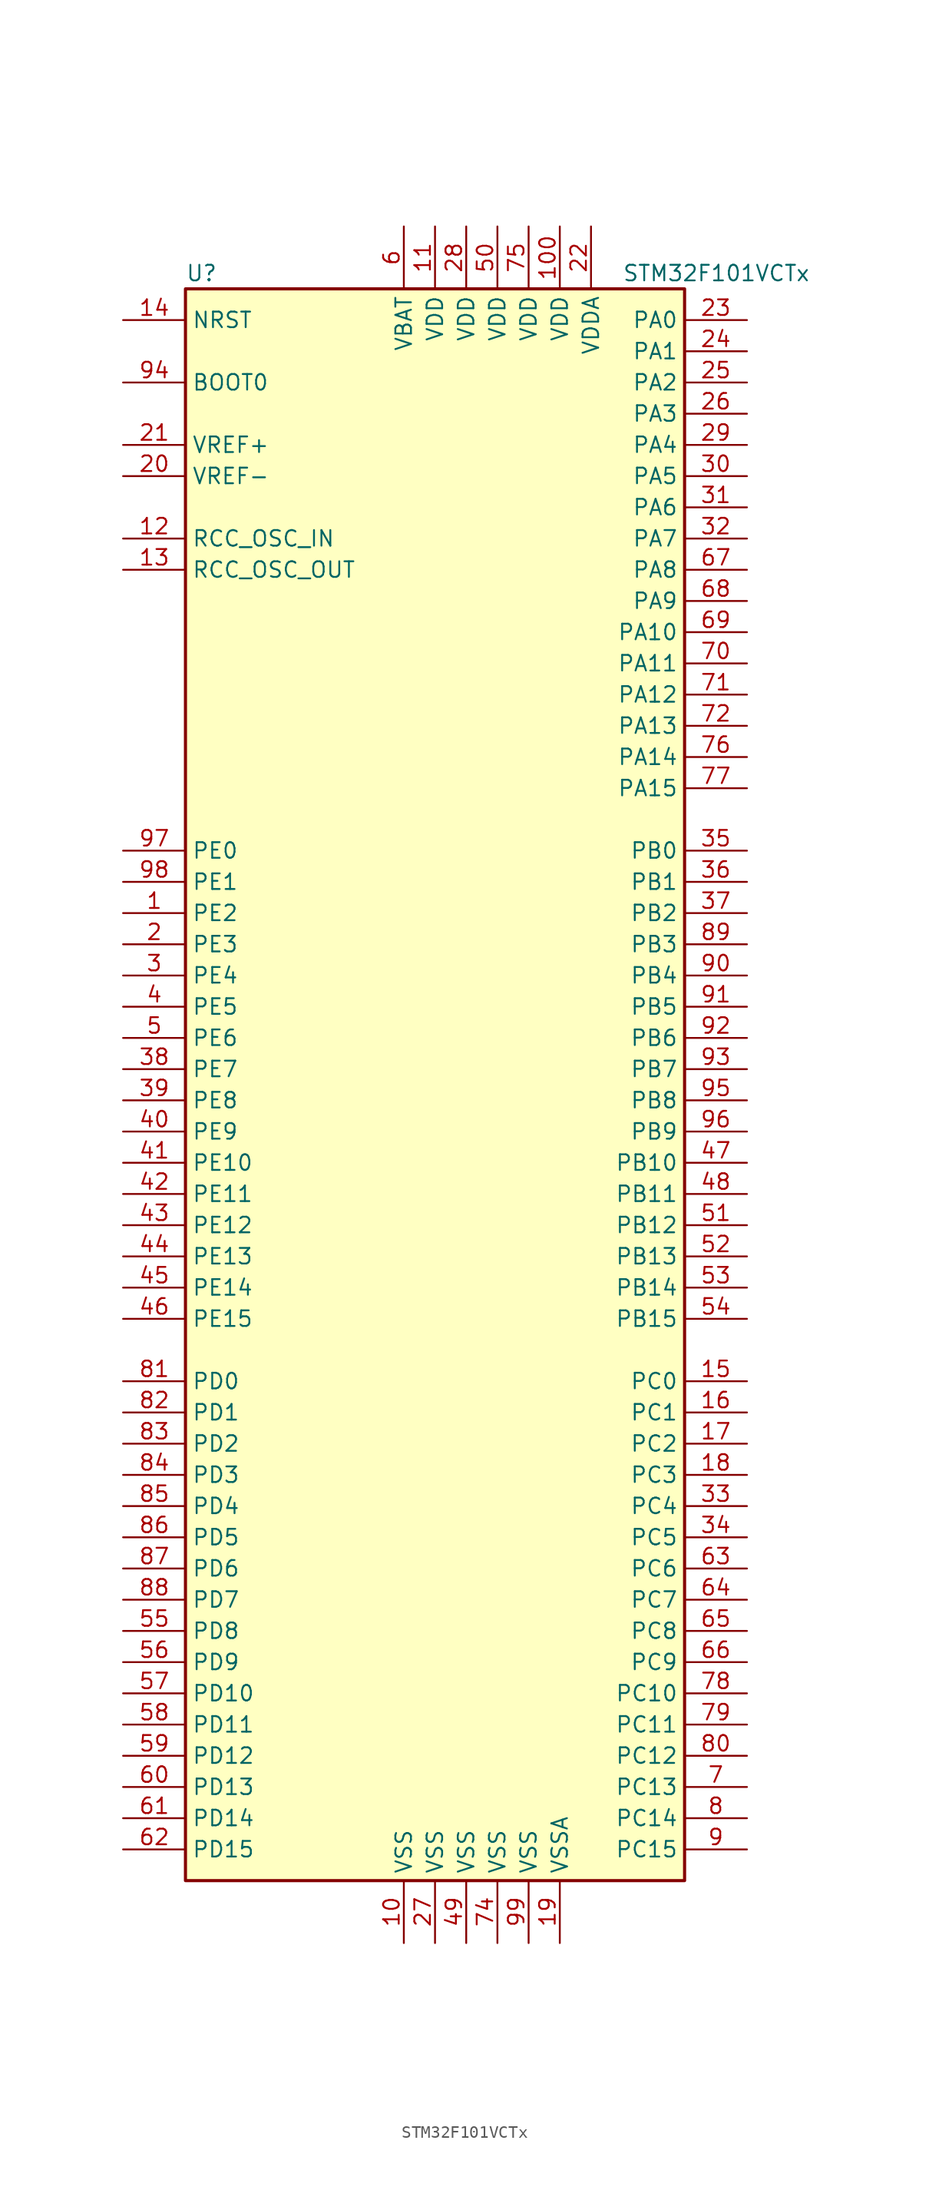
<source format=kicad_sym>
(kicad_symbol_lib
  (version 20201005)
  (generator kicad_symbol_editor)
  (symbol "MCU_ST_STM32F1:STM32F101VCTx"
    (property "Reference" "U"
      (at -20.32 64.77 0)
      (effects (font (size 1.27 1.27)) (justify left)))
    (property "Value" "STM32F101VCTx"
      (at 15.24 64.77 0)
      (effects (font (size 1.27 1.27)) (justify left)))
    (symbol "STM32F101VCTx_0_1"
      (rectangle (start -20.32 -66.04) (end 20.32 63.5) (stroke (width 0.254)) (fill (type background))))
    (symbol "STM32F101VCTx_1_1"
      (pin input line (at -25.4 55.88 0) (length 5.08) (name "BOOT0" (effects (font (size 1.27 1.27)))) (number "94" (effects (font (size 1.27 1.27)))))
      (pin no_connect line (at -20.32 -63.5 0) (length 5.08) hide (name "NC" (effects (font (size 1.27 1.27)))) (number "73" (effects (font (size 1.27 1.27)))))
      (pin input line (at -25.4 60.96 0) (length 5.08) (name "NRST" (effects (font (size 1.27 1.27)))) (number "14" (effects (font (size 1.27 1.27)))))
      (pin bidirectional line (at 25.4 60.96 180) (length 5.08) (name "PA0" (effects (font (size 1.27 1.27)))) (number "23" (effects (font (size 1.27 1.27)))))
      (pin bidirectional line (at 25.4 58.42 180) (length 5.08) (name "PA1" (effects (font (size 1.27 1.27)))) (number "24" (effects (font (size 1.27 1.27)))))
      (pin bidirectional line (at 25.4 35.56 180) (length 5.08) (name "PA10" (effects (font (size 1.27 1.27)))) (number "69" (effects (font (size 1.27 1.27)))))
      (pin bidirectional line (at 25.4 33.02 180) (length 5.08) (name "PA11" (effects (font (size 1.27 1.27)))) (number "70" (effects (font (size 1.27 1.27)))))
      (pin bidirectional line (at 25.4 30.48 180) (length 5.08) (name "PA12" (effects (font (size 1.27 1.27)))) (number "71" (effects (font (size 1.27 1.27)))))
      (pin bidirectional line (at 25.4 27.94 180) (length 5.08) (name "PA13" (effects (font (size 1.27 1.27)))) (number "72" (effects (font (size 1.27 1.27)))))
      (pin bidirectional line (at 25.4 25.4 180) (length 5.08) (name "PA14" (effects (font (size 1.27 1.27)))) (number "76" (effects (font (size 1.27 1.27)))))
      (pin bidirectional line (at 25.4 22.86 180) (length 5.08) (name "PA15" (effects (font (size 1.27 1.27)))) (number "77" (effects (font (size 1.27 1.27)))))
      (pin bidirectional line (at 25.4 55.88 180) (length 5.08) (name "PA2" (effects (font (size 1.27 1.27)))) (number "25" (effects (font (size 1.27 1.27)))))
      (pin bidirectional line (at 25.4 53.34 180) (length 5.08) (name "PA3" (effects (font (size 1.27 1.27)))) (number "26" (effects (font (size 1.27 1.27)))))
      (pin bidirectional line (at 25.4 50.8 180) (length 5.08) (name "PA4" (effects (font (size 1.27 1.27)))) (number "29" (effects (font (size 1.27 1.27)))))
      (pin bidirectional line (at 25.4 48.26 180) (length 5.08) (name "PA5" (effects (font (size 1.27 1.27)))) (number "30" (effects (font (size 1.27 1.27)))))
      (pin bidirectional line (at 25.4 45.72 180) (length 5.08) (name "PA6" (effects (font (size 1.27 1.27)))) (number "31" (effects (font (size 1.27 1.27)))))
      (pin bidirectional line (at 25.4 43.18 180) (length 5.08) (name "PA7" (effects (font (size 1.27 1.27)))) (number "32" (effects (font (size 1.27 1.27)))))
      (pin bidirectional line (at 25.4 40.64 180) (length 5.08) (name "PA8" (effects (font (size 1.27 1.27)))) (number "67" (effects (font (size 1.27 1.27)))))
      (pin bidirectional line (at 25.4 38.1 180) (length 5.08) (name "PA9" (effects (font (size 1.27 1.27)))) (number "68" (effects (font (size 1.27 1.27)))))
      (pin bidirectional line (at 25.4 17.78 180) (length 5.08) (name "PB0" (effects (font (size 1.27 1.27)))) (number "35" (effects (font (size 1.27 1.27)))))
      (pin bidirectional line (at 25.4 15.24 180) (length 5.08) (name "PB1" (effects (font (size 1.27 1.27)))) (number "36" (effects (font (size 1.27 1.27)))))
      (pin bidirectional line (at 25.4 -7.62 180) (length 5.08) (name "PB10" (effects (font (size 1.27 1.27)))) (number "47" (effects (font (size 1.27 1.27)))))
      (pin bidirectional line (at 25.4 -10.16 180) (length 5.08) (name "PB11" (effects (font (size 1.27 1.27)))) (number "48" (effects (font (size 1.27 1.27)))))
      (pin bidirectional line (at 25.4 -12.7 180) (length 5.08) (name "PB12" (effects (font (size 1.27 1.27)))) (number "51" (effects (font (size 1.27 1.27)))))
      (pin bidirectional line (at 25.4 -15.24 180) (length 5.08) (name "PB13" (effects (font (size 1.27 1.27)))) (number "52" (effects (font (size 1.27 1.27)))))
      (pin bidirectional line (at 25.4 -17.78 180) (length 5.08) (name "PB14" (effects (font (size 1.27 1.27)))) (number "53" (effects (font (size 1.27 1.27)))))
      (pin bidirectional line (at 25.4 -20.32 180) (length 5.08) (name "PB15" (effects (font (size 1.27 1.27)))) (number "54" (effects (font (size 1.27 1.27)))))
      (pin bidirectional line (at 25.4 12.7 180) (length 5.08) (name "PB2" (effects (font (size 1.27 1.27)))) (number "37" (effects (font (size 1.27 1.27)))))
      (pin bidirectional line (at 25.4 10.16 180) (length 5.08) (name "PB3" (effects (font (size 1.27 1.27)))) (number "89" (effects (font (size 1.27 1.27)))))
      (pin bidirectional line (at 25.4 7.62 180) (length 5.08) (name "PB4" (effects (font (size 1.27 1.27)))) (number "90" (effects (font (size 1.27 1.27)))))
      (pin bidirectional line (at 25.4 5.08 180) (length 5.08) (name "PB5" (effects (font (size 1.27 1.27)))) (number "91" (effects (font (size 1.27 1.27)))))
      (pin bidirectional line (at 25.4 2.54 180) (length 5.08) (name "PB6" (effects (font (size 1.27 1.27)))) (number "92" (effects (font (size 1.27 1.27)))))
      (pin bidirectional line (at 25.4 0 180) (length 5.08) (name "PB7" (effects (font (size 1.27 1.27)))) (number "93" (effects (font (size 1.27 1.27)))))
      (pin bidirectional line (at 25.4 -2.54 180) (length 5.08) (name "PB8" (effects (font (size 1.27 1.27)))) (number "95" (effects (font (size 1.27 1.27)))))
      (pin bidirectional line (at 25.4 -5.08 180) (length 5.08) (name "PB9" (effects (font (size 1.27 1.27)))) (number "96" (effects (font (size 1.27 1.27)))))
      (pin bidirectional line (at 25.4 -25.4 180) (length 5.08) (name "PC0" (effects (font (size 1.27 1.27)))) (number "15" (effects (font (size 1.27 1.27)))))
      (pin bidirectional line (at 25.4 -27.94 180) (length 5.08) (name "PC1" (effects (font (size 1.27 1.27)))) (number "16" (effects (font (size 1.27 1.27)))))
      (pin bidirectional line (at 25.4 -50.8 180) (length 5.08) (name "PC10" (effects (font (size 1.27 1.27)))) (number "78" (effects (font (size 1.27 1.27)))))
      (pin bidirectional line (at 25.4 -53.34 180) (length 5.08) (name "PC11" (effects (font (size 1.27 1.27)))) (number "79" (effects (font (size 1.27 1.27)))))
      (pin bidirectional line (at 25.4 -55.88 180) (length 5.08) (name "PC12" (effects (font (size 1.27 1.27)))) (number "80" (effects (font (size 1.27 1.27)))))
      (pin bidirectional line (at 25.4 -58.42 180) (length 5.08) (name "PC13" (effects (font (size 1.27 1.27)))) (number "7" (effects (font (size 1.27 1.27)))))
      (pin bidirectional line (at 25.4 -60.96 180) (length 5.08) (name "PC14" (effects (font (size 1.27 1.27)))) (number "8" (effects (font (size 1.27 1.27)))))
      (pin bidirectional line (at 25.4 -63.5 180) (length 5.08) (name "PC15" (effects (font (size 1.27 1.27)))) (number "9" (effects (font (size 1.27 1.27)))))
      (pin bidirectional line (at 25.4 -30.48 180) (length 5.08) (name "PC2" (effects (font (size 1.27 1.27)))) (number "17" (effects (font (size 1.27 1.27)))))
      (pin bidirectional line (at 25.4 -33.02 180) (length 5.08) (name "PC3" (effects (font (size 1.27 1.27)))) (number "18" (effects (font (size 1.27 1.27)))))
      (pin bidirectional line (at 25.4 -35.56 180) (length 5.08) (name "PC4" (effects (font (size 1.27 1.27)))) (number "33" (effects (font (size 1.27 1.27)))))
      (pin bidirectional line (at 25.4 -38.1 180) (length 5.08) (name "PC5" (effects (font (size 1.27 1.27)))) (number "34" (effects (font (size 1.27 1.27)))))
      (pin bidirectional line (at 25.4 -40.64 180) (length 5.08) (name "PC6" (effects (font (size 1.27 1.27)))) (number "63" (effects (font (size 1.27 1.27)))))
      (pin bidirectional line (at 25.4 -43.18 180) (length 5.08) (name "PC7" (effects (font (size 1.27 1.27)))) (number "64" (effects (font (size 1.27 1.27)))))
      (pin bidirectional line (at 25.4 -45.72 180) (length 5.08) (name "PC8" (effects (font (size 1.27 1.27)))) (number "65" (effects (font (size 1.27 1.27)))))
      (pin bidirectional line (at 25.4 -48.26 180) (length 5.08) (name "PC9" (effects (font (size 1.27 1.27)))) (number "66" (effects (font (size 1.27 1.27)))))
      (pin bidirectional line (at -25.4 -25.4 0) (length 5.08) (name "PD0" (effects (font (size 1.27 1.27)))) (number "81" (effects (font (size 1.27 1.27)))))
      (pin bidirectional line (at -25.4 -27.94 0) (length 5.08) (name "PD1" (effects (font (size 1.27 1.27)))) (number "82" (effects (font (size 1.27 1.27)))))
      (pin bidirectional line (at -25.4 -50.8 0) (length 5.08) (name "PD10" (effects (font (size 1.27 1.27)))) (number "57" (effects (font (size 1.27 1.27)))))
      (pin bidirectional line (at -25.4 -53.34 0) (length 5.08) (name "PD11" (effects (font (size 1.27 1.27)))) (number "58" (effects (font (size 1.27 1.27)))))
      (pin bidirectional line (at -25.4 -55.88 0) (length 5.08) (name "PD12" (effects (font (size 1.27 1.27)))) (number "59" (effects (font (size 1.27 1.27)))))
      (pin bidirectional line (at -25.4 -58.42 0) (length 5.08) (name "PD13" (effects (font (size 1.27 1.27)))) (number "60" (effects (font (size 1.27 1.27)))))
      (pin bidirectional line (at -25.4 -60.96 0) (length 5.08) (name "PD14" (effects (font (size 1.27 1.27)))) (number "61" (effects (font (size 1.27 1.27)))))
      (pin bidirectional line (at -25.4 -63.5 0) (length 5.08) (name "PD15" (effects (font (size 1.27 1.27)))) (number "62" (effects (font (size 1.27 1.27)))))
      (pin bidirectional line (at -25.4 -30.48 0) (length 5.08) (name "PD2" (effects (font (size 1.27 1.27)))) (number "83" (effects (font (size 1.27 1.27)))))
      (pin bidirectional line (at -25.4 -33.02 0) (length 5.08) (name "PD3" (effects (font (size 1.27 1.27)))) (number "84" (effects (font (size 1.27 1.27)))))
      (pin bidirectional line (at -25.4 -35.56 0) (length 5.08) (name "PD4" (effects (font (size 1.27 1.27)))) (number "85" (effects (font (size 1.27 1.27)))))
      (pin bidirectional line (at -25.4 -38.1 0) (length 5.08) (name "PD5" (effects (font (size 1.27 1.27)))) (number "86" (effects (font (size 1.27 1.27)))))
      (pin bidirectional line (at -25.4 -40.64 0) (length 5.08) (name "PD6" (effects (font (size 1.27 1.27)))) (number "87" (effects (font (size 1.27 1.27)))))
      (pin bidirectional line (at -25.4 -43.18 0) (length 5.08) (name "PD7" (effects (font (size 1.27 1.27)))) (number "88" (effects (font (size 1.27 1.27)))))
      (pin bidirectional line (at -25.4 -45.72 0) (length 5.08) (name "PD8" (effects (font (size 1.27 1.27)))) (number "55" (effects (font (size 1.27 1.27)))))
      (pin bidirectional line (at -25.4 -48.26 0) (length 5.08) (name "PD9" (effects (font (size 1.27 1.27)))) (number "56" (effects (font (size 1.27 1.27)))))
      (pin bidirectional line (at -25.4 17.78 0) (length 5.08) (name "PE0" (effects (font (size 1.27 1.27)))) (number "97" (effects (font (size 1.27 1.27)))))
      (pin bidirectional line (at -25.4 15.24 0) (length 5.08) (name "PE1" (effects (font (size 1.27 1.27)))) (number "98" (effects (font (size 1.27 1.27)))))
      (pin bidirectional line (at -25.4 -7.62 0) (length 5.08) (name "PE10" (effects (font (size 1.27 1.27)))) (number "41" (effects (font (size 1.27 1.27)))))
      (pin bidirectional line (at -25.4 -10.16 0) (length 5.08) (name "PE11" (effects (font (size 1.27 1.27)))) (number "42" (effects (font (size 1.27 1.27)))))
      (pin bidirectional line (at -25.4 -12.7 0) (length 5.08) (name "PE12" (effects (font (size 1.27 1.27)))) (number "43" (effects (font (size 1.27 1.27)))))
      (pin bidirectional line (at -25.4 -15.24 0) (length 5.08) (name "PE13" (effects (font (size 1.27 1.27)))) (number "44" (effects (font (size 1.27 1.27)))))
      (pin bidirectional line (at -25.4 -17.78 0) (length 5.08) (name "PE14" (effects (font (size 1.27 1.27)))) (number "45" (effects (font (size 1.27 1.27)))))
      (pin bidirectional line (at -25.4 -20.32 0) (length 5.08) (name "PE15" (effects (font (size 1.27 1.27)))) (number "46" (effects (font (size 1.27 1.27)))))
      (pin bidirectional line (at -25.4 12.7 0) (length 5.08) (name "PE2" (effects (font (size 1.27 1.27)))) (number "1" (effects (font (size 1.27 1.27)))))
      (pin bidirectional line (at -25.4 10.16 0) (length 5.08) (name "PE3" (effects (font (size 1.27 1.27)))) (number "2" (effects (font (size 1.27 1.27)))))
      (pin bidirectional line (at -25.4 7.62 0) (length 5.08) (name "PE4" (effects (font (size 1.27 1.27)))) (number "3" (effects (font (size 1.27 1.27)))))
      (pin bidirectional line (at -25.4 5.08 0) (length 5.08) (name "PE5" (effects (font (size 1.27 1.27)))) (number "4" (effects (font (size 1.27 1.27)))))
      (pin bidirectional line (at -25.4 2.54 0) (length 5.08) (name "PE6" (effects (font (size 1.27 1.27)))) (number "5" (effects (font (size 1.27 1.27)))))
      (pin bidirectional line (at -25.4 0 0) (length 5.08) (name "PE7" (effects (font (size 1.27 1.27)))) (number "38" (effects (font (size 1.27 1.27)))))
      (pin bidirectional line (at -25.4 -2.54 0) (length 5.08) (name "PE8" (effects (font (size 1.27 1.27)))) (number "39" (effects (font (size 1.27 1.27)))))
      (pin bidirectional line (at -25.4 -5.08 0) (length 5.08) (name "PE9" (effects (font (size 1.27 1.27)))) (number "40" (effects (font (size 1.27 1.27)))))
      (pin input line (at -25.4 43.18 0) (length 5.08) (name "RCC_OSC_IN" (effects (font (size 1.27 1.27)))) (number "12" (effects (font (size 1.27 1.27)))))
      (pin input line (at -25.4 40.64 0) (length 5.08) (name "RCC_OSC_OUT" (effects (font (size 1.27 1.27)))) (number "13" (effects (font (size 1.27 1.27)))))
      (pin power_in line (at -2.54 68.58 270) (length 5.08) (name "VBAT" (effects (font (size 1.27 1.27)))) (number "6" (effects (font (size 1.27 1.27)))))
      (pin power_in line (at 10.16 68.58 270) (length 5.08) (name "VDD" (effects (font (size 1.27 1.27)))) (number "100" (effects (font (size 1.27 1.27)))))
      (pin power_in line (at 0 68.58 270) (length 5.08) (name "VDD" (effects (font (size 1.27 1.27)))) (number "11" (effects (font (size 1.27 1.27)))))
      (pin power_in line (at 2.54 68.58 270) (length 5.08) (name "VDD" (effects (font (size 1.27 1.27)))) (number "28" (effects (font (size 1.27 1.27)))))
      (pin power_in line (at 5.08 68.58 270) (length 5.08) (name "VDD" (effects (font (size 1.27 1.27)))) (number "50" (effects (font (size 1.27 1.27)))))
      (pin power_in line (at 7.62 68.58 270) (length 5.08) (name "VDD" (effects (font (size 1.27 1.27)))) (number "75" (effects (font (size 1.27 1.27)))))
      (pin power_in line (at 12.7 68.58 270) (length 5.08) (name "VDDA" (effects (font (size 1.27 1.27)))) (number "22" (effects (font (size 1.27 1.27)))))
      (pin power_in line (at -25.4 50.8 0) (length 5.08) (name "VREF+" (effects (font (size 1.27 1.27)))) (number "21" (effects (font (size 1.27 1.27)))))
      (pin power_in line (at -25.4 48.26 0) (length 5.08) (name "VREF-" (effects (font (size 1.27 1.27)))) (number "20" (effects (font (size 1.27 1.27)))))
      (pin power_in line (at -2.54 -71.12 90) (length 5.08) (name "VSS" (effects (font (size 1.27 1.27)))) (number "10" (effects (font (size 1.27 1.27)))))
      (pin power_in line (at 0 -71.12 90) (length 5.08) (name "VSS" (effects (font (size 1.27 1.27)))) (number "27" (effects (font (size 1.27 1.27)))))
      (pin power_in line (at 2.54 -71.12 90) (length 5.08) (name "VSS" (effects (font (size 1.27 1.27)))) (number "49" (effects (font (size 1.27 1.27)))))
      (pin power_in line (at 5.08 -71.12 90) (length 5.08) (name "VSS" (effects (font (size 1.27 1.27)))) (number "74" (effects (font (size 1.27 1.27)))))
      (pin power_in line (at 7.62 -71.12 90) (length 5.08) (name "VSS" (effects (font (size 1.27 1.27)))) (number "99" (effects (font (size 1.27 1.27)))))
      (pin power_in line (at 10.16 -71.12 90) (length 5.08) (name "VSSA" (effects (font (size 1.27 1.27)))) (number "19" (effects (font (size 1.27 1.27))))))))
</source>
